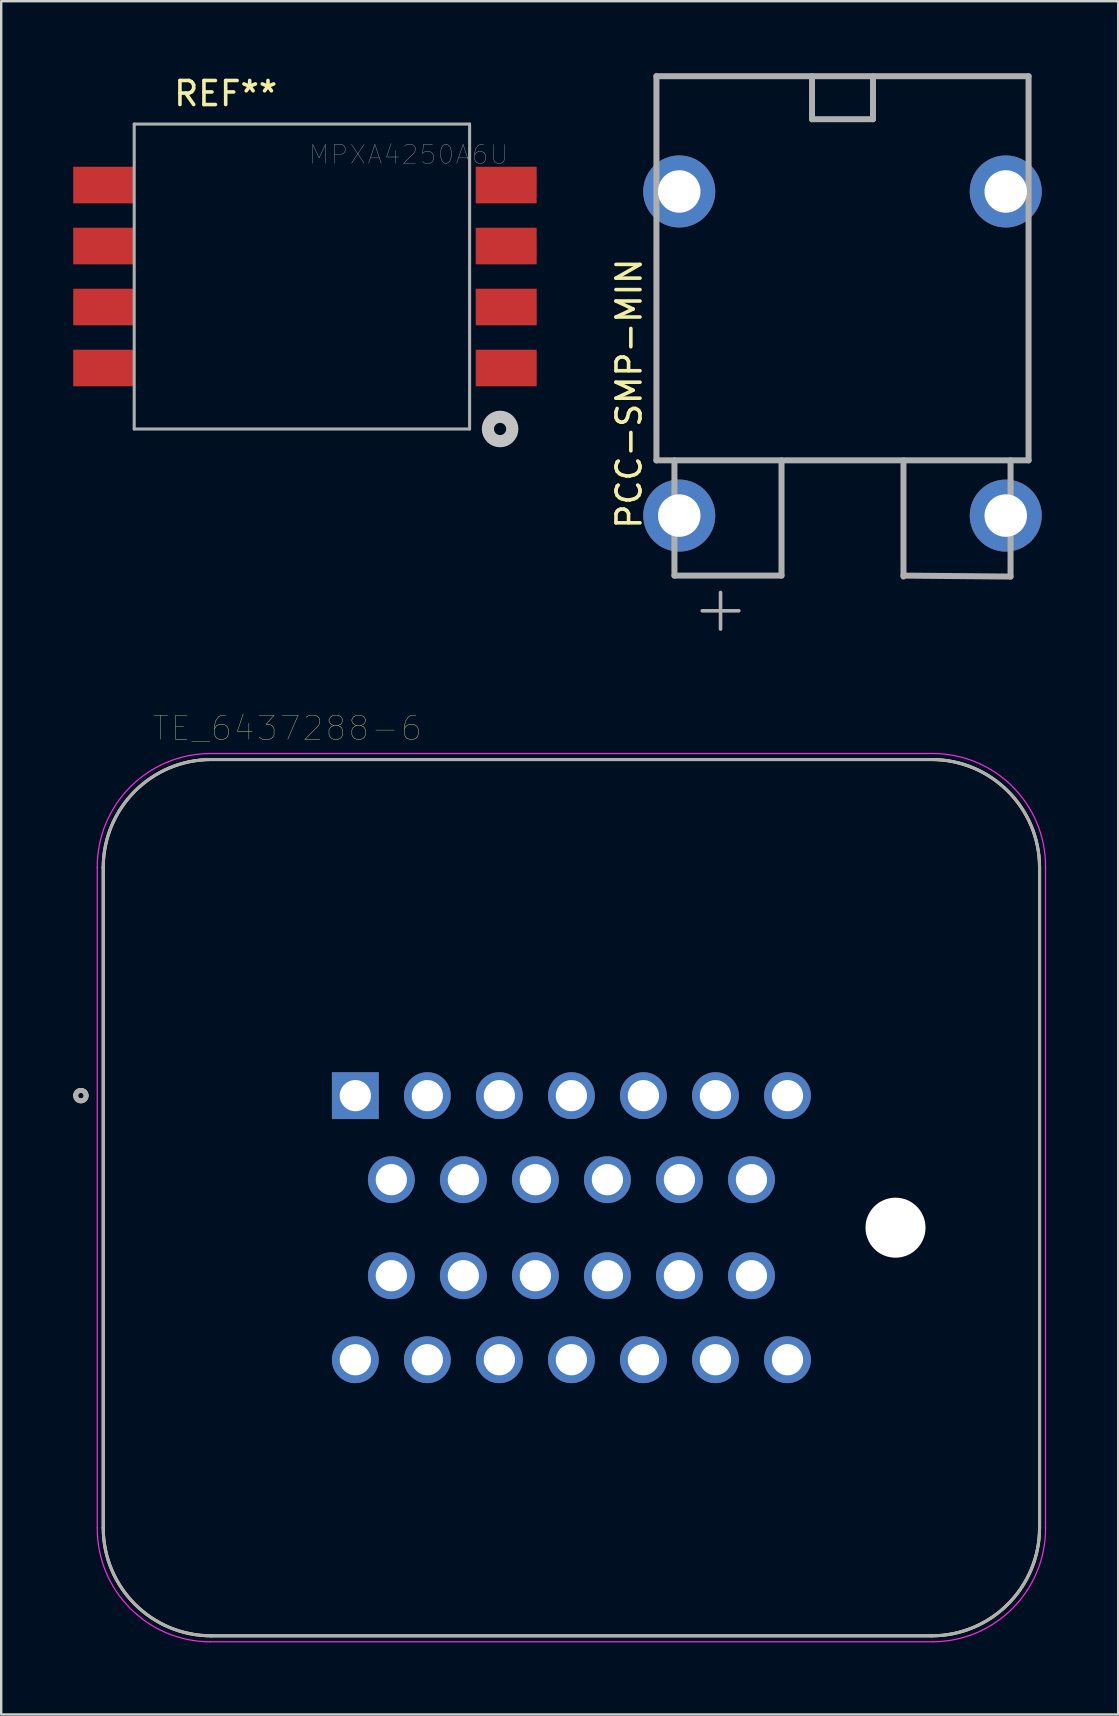
<source format=kicad_pcb>
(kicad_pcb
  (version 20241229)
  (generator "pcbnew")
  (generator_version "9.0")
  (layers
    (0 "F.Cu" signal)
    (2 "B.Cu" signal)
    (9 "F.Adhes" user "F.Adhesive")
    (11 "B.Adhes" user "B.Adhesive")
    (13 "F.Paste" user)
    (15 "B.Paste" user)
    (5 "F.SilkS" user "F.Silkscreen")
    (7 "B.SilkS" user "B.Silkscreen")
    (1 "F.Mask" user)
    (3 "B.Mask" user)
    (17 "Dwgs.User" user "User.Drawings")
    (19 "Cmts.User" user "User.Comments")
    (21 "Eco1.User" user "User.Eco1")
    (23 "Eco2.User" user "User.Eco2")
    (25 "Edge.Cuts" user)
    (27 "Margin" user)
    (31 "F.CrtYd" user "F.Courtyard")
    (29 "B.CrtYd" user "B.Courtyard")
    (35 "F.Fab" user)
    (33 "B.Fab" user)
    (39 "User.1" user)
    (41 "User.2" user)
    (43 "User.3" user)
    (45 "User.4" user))
  (footprint "TE_6437288-6"
    (layer "F.Cu")
    (at 20.75 48.086)
    (property "Reference" "TE_6437288-6" (at -11.837 -20.806 0) (layer "F.SilkS") (effects (font (size 1.001 1.001) (thickness 0.015))))
    (attr through_hole)
    (fp_line (start -19.5 12.5) (end -19.5 -15) (stroke (width 0.127) (type solid)) (layer "F.SilkS"))
    (fp_line (start -15 -19.5) (end 15 -19.5) (stroke (width 0.127) (type solid)) (layer "F.SilkS"))
    (fp_line (start 15 17) (end -15 17) (stroke (width 0.127) (type solid)) (layer "F.SilkS"))
    (fp_line (start 19.5 -15) (end 19.5 12.5) (stroke (width 0.127) (type solid)) (layer "F.SilkS"))
    (fp_arc (start -19.5 -15) (mid -18.181981 -18.181981) (end -15 -19.5) (stroke (width 0.127) (type solid)) (layer "F.SilkS"))
    (fp_arc (start -15 17) (mid -18.181981 15.681981) (end -19.5 12.5) (stroke (width 0.127) (type solid)) (layer "F.SilkS"))
    (fp_arc (start 15 -19.5) (mid 18.181981 -18.181981) (end 19.5 -15) (stroke (width 0.127) (type solid)) (layer "F.SilkS"))
    (fp_arc (start 19.5 12.5) (mid 18.181981 15.681981) (end 15 17) (stroke (width 0.127) (type solid)) (layer "F.SilkS"))
    (fp_circle (center -20.43 -5.5) (end -20.212 -5.5) (stroke (width 0.203) (type solid)) (fill no) (layer "F.SilkS"))
    (fp_line (start -19.75 12.5) (end -19.75 -15) (stroke (width 0.05) (type solid)) (layer "F.CrtYd"))
    (fp_line (start -15.05 -19.75) (end 15.05 -19.75) (stroke (width 0.05) (type solid)) (layer "F.CrtYd"))
    (fp_line (start 15.05 17.25) (end -15.05 17.25) (stroke (width 0.05) (type solid)) (layer "F.CrtYd"))
    (fp_line (start 19.75 -15.05) (end 19.75 12.5) (stroke (width 0.05) (type solid)) (layer "F.CrtYd"))
    (fp_arc (start -19.75 -15) (mid -18.383757 -18.348402) (end -15.05 -19.75) (stroke (width 0.05) (type solid)) (layer "F.CrtYd"))
    (fp_arc (start -15.05 17.25) (mid -18.383757 15.848402) (end -19.75 12.5) (stroke (width 0.05) (type solid)) (layer "F.CrtYd"))
    (fp_arc (start 15.05 -19.75) (mid 18.373402 -18.373402) (end 19.75 -15.05) (stroke (width 0.05) (type solid)) (layer "F.CrtYd"))
    (fp_arc (start 19.75 12.5) (mid 18.383757 15.848402) (end 15.05 17.25) (stroke (width 0.05) (type solid)) (layer "F.CrtYd"))
    (fp_line (start -19.5 12.5) (end -19.5 -15) (stroke (width 0.127) (type solid)) (layer "F.Fab"))
    (fp_line (start -15 -19.5) (end 15 -19.5) (stroke (width 0.127) (type solid)) (layer "F.Fab"))
    (fp_line (start 15 17) (end -15 17) (stroke (width 0.127) (type solid)) (layer "F.Fab"))
    (fp_line (start 19.5 -15) (end 19.5 12.5) (stroke (width 0.127) (type solid)) (layer "F.Fab"))
    (fp_arc (start -19.5 -15) (mid -18.181981 -18.181981) (end -15 -19.5) (stroke (width 0.127) (type solid)) (layer "F.Fab"))
    (fp_arc (start -15 17) (mid -18.181981 15.681981) (end -19.5 12.5) (stroke (width 0.127) (type solid)) (layer "F.Fab"))
    (fp_arc (start 15 -19.5) (mid 18.181981 -18.181981) (end 19.5 -15) (stroke (width 0.127) (type solid)) (layer "F.Fab"))
    (fp_arc (start 19.5 12.5) (mid 18.181981 15.681981) (end 15 17) (stroke (width 0.127) (type solid)) (layer "F.Fab"))
    (fp_circle (center -20.43 -5.5) (end -20.212 -5.5) (stroke (width 0.203) (type solid)) (fill no) (layer "F.Fab"))
    (pad "" np_thru_hole circle (at 13.5 0) (size 2.5 2.5) (drill 2.5) (layers "*.Cu" "*.Mask"))
    (pad "1" thru_hole rect (at -9 -5.5) (size 1.95 1.95) (drill 1.3) (layers "*.Cu" "*.Mask"))
    (pad "2" thru_hole circle (at -6 -5.5) (size 1.95 1.95) (drill 1.3) (layers "*.Cu" "*.Mask"))
    (pad "3" thru_hole circle (at -3 -5.5) (size 1.95 1.95) (drill 1.3) (layers "*.Cu" "*.Mask"))
    (pad "4" thru_hole circle (at 0 -5.5) (size 1.95 1.95) (drill 1.3) (layers "*.Cu" "*.Mask"))
    (pad "5" thru_hole circle (at 3 -5.5) (size 1.95 1.95) (drill 1.3) (layers "*.Cu" "*.Mask"))
    (pad "6" thru_hole circle (at 6 -5.5) (size 1.95 1.95) (drill 1.3) (layers "*.Cu" "*.Mask"))
    (pad "7" thru_hole circle (at 9 -5.5) (size 1.95 1.95) (drill 1.3) (layers "*.Cu" "*.Mask"))
    (pad "8" thru_hole circle (at -7.5 -2) (size 1.95 1.95) (drill 1.3) (layers "*.Cu" "*.Mask"))
    (pad "9" thru_hole circle (at -4.5 -2) (size 1.95 1.95) (drill 1.3) (layers "*.Cu" "*.Mask"))
    (pad "10" thru_hole circle (at -1.5 -2) (size 1.95 1.95) (drill 1.3) (layers "*.Cu" "*.Mask"))
    (pad "11" thru_hole circle (at 1.5 -2) (size 1.95 1.95) (drill 1.3) (layers "*.Cu" "*.Mask"))
    (pad "12" thru_hole circle (at 4.5 -2) (size 1.95 1.95) (drill 1.3) (layers "*.Cu" "*.Mask"))
    (pad "13" thru_hole circle (at 7.5 -2) (size 1.95 1.95) (drill 1.3) (layers "*.Cu" "*.Mask"))
    (pad "14" thru_hole circle (at -7.5 2) (size 1.95 1.95) (drill 1.3) (layers "*.Cu" "*.Mask"))
    (pad "15" thru_hole circle (at -4.5 2) (size 1.95 1.95) (drill 1.3) (layers "*.Cu" "*.Mask"))
    (pad "16" thru_hole circle (at -1.5 2) (size 1.95 1.95) (drill 1.3) (layers "*.Cu" "*.Mask"))
    (pad "17" thru_hole circle (at 1.5 2) (size 1.95 1.95) (drill 1.3) (layers "*.Cu" "*.Mask"))
    (pad "18" thru_hole circle (at 4.5 2) (size 1.95 1.95) (drill 1.3) (layers "*.Cu" "*.Mask"))
    (pad "19" thru_hole circle (at 7.5 2) (size 1.95 1.95) (drill 1.3) (layers "*.Cu" "*.Mask"))
    (pad "20" thru_hole circle (at -9 5.5) (size 1.95 1.95) (drill 1.3) (layers "*.Cu" "*.Mask"))
    (pad "21" thru_hole circle (at -6 5.5) (size 1.95 1.95) (drill 1.3) (layers "*.Cu" "*.Mask"))
    (pad "22" thru_hole circle (at -3 5.5) (size 1.95 1.95) (drill 1.3) (layers "*.Cu" "*.Mask"))
    (pad "23" thru_hole circle (at 0 5.5) (size 1.95 1.95) (drill 1.3) (layers "*.Cu" "*.Mask"))
    (pad "24" thru_hole circle (at 3 5.5) (size 1.95 1.95) (drill 1.3) (layers "*.Cu" "*.Mask"))
    (pad "25" thru_hole circle (at 6 5.5) (size 1.95 1.95) (drill 1.3) (layers "*.Cu" "*.Mask"))
    (pad "26" thru_hole circle (at 9 5.5) (size 1.95 1.95) (drill 1.3) (layers "*.Cu" "*.Mask")))
  (footprint "PCC-SMP-MIN"
    (layer "F.Cu")
    (at 32.042 18.425)
    (property "Reference" "PCC-SMP-MIN" (at -8.89 -5.08 90) (layer "F.SilkS") (effects (font (size 1 1) (thickness 0.15))))
    (attr through_hole)
    (fp_line (start -7.75 -18.3) (end 7.75 -18.3) (stroke (width 0.25) (type solid)) (layer "F.Fab"))
    (fp_line (start -7.75 -2.3) (end -7.75 -18.3) (stroke (width 0.25) (type solid)) (layer "F.Fab"))
    (fp_line (start -7.75 -2.3) (end 7.75 -2.3) (stroke (width 0.25) (type solid)) (layer "F.Fab"))
    (fp_line (start -7 2.5) (end -7 -2.3) (stroke (width 0.25) (type solid)) (layer "F.Fab"))
    (fp_line (start -2.54 2.5) (end -7 2.5) (stroke (width 0.25) (type solid)) (layer "F.Fab"))
    (fp_line (start -2.54 2.5) (end -2.54 -2.3) (stroke (width 0.25) (type solid)) (layer "F.Fab"))
    (fp_line (start -1.27 -18.3) (end -1.27 -16.51) (stroke (width 0.25) (type solid)) (layer "F.Fab"))
    (fp_line (start -1.27 -16.51) (end 1.27 -16.51) (stroke (width 0.25) (type solid)) (layer "F.Fab"))
    (fp_line (start 1.27 -16.51) (end 1.27 -18.3) (stroke (width 0.25) (type solid)) (layer "F.Fab"))
    (fp_line (start 2.54 2.54) (end 2.54 -2.3) (stroke (width 0.25) (type solid)) (layer "F.Fab"))
    (fp_line (start 7 2.54) (end 2.54 2.5) (stroke (width 0.25) (type solid)) (layer "F.Fab"))
    (fp_line (start 7 2.54) (end 7 -2.3) (stroke (width 0.25) (type solid)) (layer "F.Fab"))
    (fp_line (start 7.75 -18.3) (end 7.75 -2.3) (stroke (width 0.25) (type solid)) (layer "F.Fab"))
    (fp_text user "+" (at -5.08 3.81 0) (layer "F.Fab") (effects (font (size 2 2) (thickness 0.15))))
    (pad "1" thru_hole circle (at -6.8 0) (size 3 3) (drill 1.77) (layers "*.Cu" "*.Mask"))
    (pad "2" thru_hole circle (at 6.8 0) (size 3 3) (drill 1.77) (layers "*.Cu" "*.Mask"))
    (pad "3" thru_hole circle (at -6.8 -13.5) (size 3 3) (drill 1.77) (layers "*.Cu" "*.Mask"))
    (pad "4" thru_hole circle (at 6.8 -13.5) (size 3 3) (drill 1.77) (layers "*.Cu" "*.Mask")))
  (footprint "MPXA4250A6U"
    (layer "F.Cu")
    (at 1.27 12.278)
    (property "Reference" "MPXA4250A6U" (at 12.7 -8.89 0) (layer "F.Fab") (effects (font (size 0.787 0.787) (thickness 0.015))))
    (attr through_hole)
    (fp_circle (center 16.51 2.54) (end 17.018 2.54) (stroke (width 0.508) (type solid)) (fill no) (layer "Dwgs.User"))
    (fp_line (start 1.27 -10.16) (end 15.24 -10.16) (stroke (width 0.127) (type solid)) (layer "F.Fab"))
    (fp_line (start 1.27 2.54) (end 1.27 -10.16) (stroke (width 0.127) (type solid)) (layer "F.Fab"))
    (fp_line (start 15.24 -10.16) (end 15.24 2.54) (stroke (width 0.127) (type solid)) (layer "F.Fab"))
    (fp_line (start 15.24 2.54) (end 1.27 2.54) (stroke (width 0.127) (type solid)) (layer "F.Fab"))
    (fp_text user "REF**" (at 5.08 -11.43 0) (layer "F.SilkS") (effects (font (size 1 1) (thickness 0.15))))
    (pad "1" smd rect (at 16.764 0) (size 2.54 1.524) (layers "F.Cu" "F.Mask" "F.Paste"))
    (pad "2" smd rect (at 16.764 -2.54) (size 2.54 1.524) (layers "F.Cu" "F.Mask" "F.Paste"))
    (pad "3" smd rect (at 16.764 -5.08) (size 2.54 1.524) (layers "F.Cu" "F.Mask" "F.Paste"))
    (pad "4" smd rect (at 16.764 -7.62) (size 2.54 1.524) (layers "F.Cu" "F.Mask" "F.Paste"))
    (pad "5" smd rect (at 0 -7.62) (size 2.54 1.524) (layers "F.Cu" "F.Mask" "F.Paste"))
    (pad "6" smd rect (at 0 -5.08) (size 2.54 1.524) (layers "F.Cu" "F.Mask" "F.Paste"))
    (pad "7" smd rect (at 0 -2.54) (size 2.54 1.524) (layers "F.Cu" "F.Mask" "F.Paste"))
    (pad "8" smd rect (at 0 0) (size 2.54 1.524) (layers "F.Cu" "F.Mask" "F.Paste")))
  (gr_rect
    (start -3 -3)
    (end 43.525 68.361)
    (stroke (width 0.1) (type default))
    (fill no)
    (layer "Edge.Cuts")))
</source>
